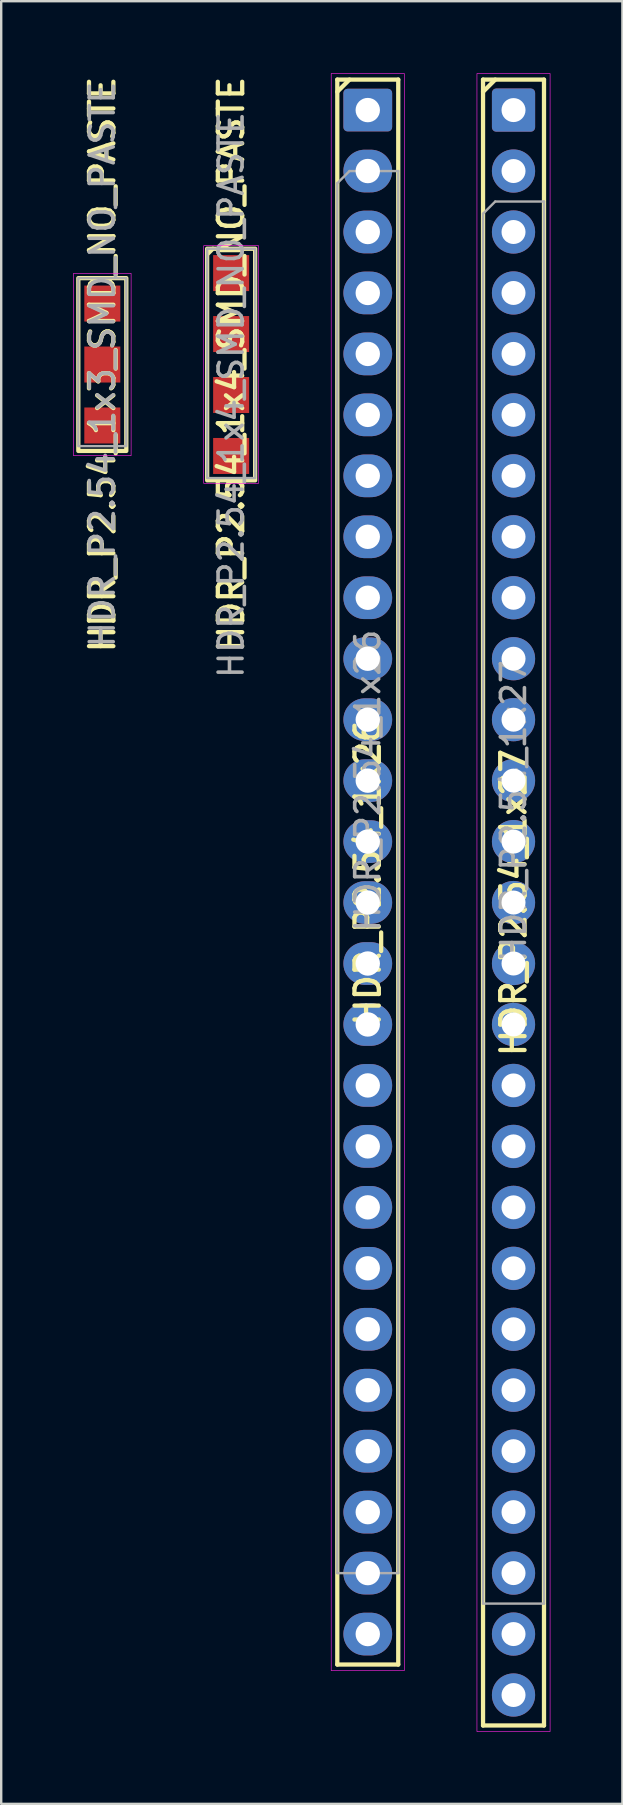
<source format=kicad_pcb>
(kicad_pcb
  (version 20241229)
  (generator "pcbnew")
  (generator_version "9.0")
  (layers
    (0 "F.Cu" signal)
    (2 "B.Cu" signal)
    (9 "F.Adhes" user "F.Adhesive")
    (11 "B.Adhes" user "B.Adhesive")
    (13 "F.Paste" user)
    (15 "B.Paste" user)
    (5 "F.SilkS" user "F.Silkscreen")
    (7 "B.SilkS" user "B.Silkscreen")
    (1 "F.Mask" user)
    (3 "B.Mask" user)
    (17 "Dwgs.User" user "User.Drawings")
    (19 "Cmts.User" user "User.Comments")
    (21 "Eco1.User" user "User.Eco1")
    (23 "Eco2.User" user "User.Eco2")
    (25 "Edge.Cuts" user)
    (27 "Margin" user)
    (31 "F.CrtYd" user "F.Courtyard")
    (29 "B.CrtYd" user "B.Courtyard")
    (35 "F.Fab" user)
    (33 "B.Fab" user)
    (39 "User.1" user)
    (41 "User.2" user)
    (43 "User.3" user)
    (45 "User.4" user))
  (footprint "HDR_P2.54_1x4_SMD_NO_PASTE"
    (layer "F.Cu")
    (at 6.581 12.139)
    (property "Reference" "HDR_P2.54_1x4_SMD_NO_PASTE" (at 0 0 90) (layer "F.SilkS") (effects (font (size 1.016 1.016) (thickness 0.178))))
    (attr smd)
    (fp_line (start -0.962 -4.626) (end -0.762 -4.826) (stroke (width 0.178) (type solid)) (layer "F.SilkS"))
    (fp_rect (start -1 -4.826) (end 1 4.826) (stroke (width 0.178) (type solid)) (fill no) (layer "F.SilkS"))
    (fp_rect (start -1.143 -4.953) (end 1.143 4.953) (stroke (width 0.025) (type solid)) (fill no) (layer "F.CrtYd"))
    (fp_rect (start -1 4.73) (end 1 -4.826) (stroke (width 0.1) (type solid)) (fill no) (layer "F.Fab"))
    (fp_text user "${REFERENCE}" (at 0 1.27 90) (layer "F.Fab") (effects (font (size 1 1) (thickness 0.15))))
    (pad "1" smd rect (at 0 -3.81) (size 1.5 1.5) (layers "F.Cu" "F.Mask"))
    (pad "2" smd rect (at 0 -1.27) (size 1.5 1.5) (layers "F.Cu" "F.Mask"))
    (pad "3" smd rect (at 0 1.27) (size 1.5 1.5) (layers "F.Cu" "F.Mask"))
    (pad "4" smd rect (at 0 3.81) (size 1.5 1.5) (layers "F.Cu" "F.Mask")))
  (footprint "HDR_P2.54_1x27"
    (layer "F.Cu")
    (at 18.347 34.557)
    (property "Reference" "HDR_P2.54_1x27" (at 0 0 90) (layer "F.SilkS") (effects (font (size 1.016 1.016) (thickness 0.178))))
    (attr through_hole)
    (fp_line (start -1.27 -34.29) (end -1.27 34.29) (stroke (width 0.178) (type solid)) (layer "F.SilkS"))
    (fp_line (start -1.27 -34.29) (end 1.27 -34.29) (stroke (width 0.178) (type solid)) (layer "F.SilkS"))
    (fp_line (start -1.27 -33.782) (end -0.762 -34.29) (stroke (width 0.178) (type solid)) (layer "F.SilkS"))
    (fp_line (start -1.27 34.29) (end 1.27 34.29) (stroke (width 0.178) (type solid)) (layer "F.SilkS"))
    (fp_line (start 1.27 -34.29) (end 1.27 34.29) (stroke (width 0.178) (type solid)) (layer "F.SilkS"))
    (fp_rect (start -1.524 -34.544) (end 1.524 34.544) (stroke (width 0.025) (type solid)) (fill no) (layer "F.CrtYd"))
    (fp_line (start -1.27 -28.702) (end -0.762 -29.21) (stroke (width 0.1) (type solid)) (layer "F.Fab"))
    (fp_line (start -1.27 29.21) (end -1.27 -28.702) (stroke (width 0.1) (type solid)) (layer "F.Fab"))
    (fp_line (start -0.762 -29.21) (end 1.27 -29.21) (stroke (width 0.1) (type solid)) (layer "F.Fab"))
    (fp_line (start 1.27 -29.21) (end 1.27 29.21) (stroke (width 0.1) (type solid)) (layer "F.Fab"))
    (fp_line (start 1.27 29.21) (end -1.27 29.21) (stroke (width 0.1) (type solid)) (layer "F.Fab"))
    (fp_text user "${REFERENCE}" (at 0 -3.81 90) (layer "F.Fab") (effects (font (size 1 1) (thickness 0.15))))
    (pad "1" thru_hole roundrect (at 0 -33.02) (size 1.8 1.8) (drill 1) (layers "*.Cu" "*.Mask") (roundrect_rratio 0.1))
    (pad "2" thru_hole circle (at 0 -30.48) (size 1.8 1.8) (drill 1) (layers "*.Cu" "*.Mask"))
    (pad "3" thru_hole circle (at 0 -27.94) (size 1.8 1.8) (drill 1) (layers "*.Cu" "*.Mask"))
    (pad "4" thru_hole circle (at 0 -25.4) (size 1.8 1.8) (drill 1) (layers "*.Cu" "*.Mask"))
    (pad "5" thru_hole circle (at 0 -22.86) (size 1.8 1.8) (drill 1) (layers "*.Cu" "*.Mask"))
    (pad "6" thru_hole circle (at 0 -20.32) (size 1.8 1.8) (drill 1) (layers "*.Cu" "*.Mask"))
    (pad "7" thru_hole circle (at 0 -17.78) (size 1.8 1.8) (drill 1) (layers "*.Cu" "*.Mask"))
    (pad "8" thru_hole circle (at 0 -15.24) (size 1.8 1.8) (drill 1) (layers "*.Cu" "*.Mask"))
    (pad "9" thru_hole circle (at 0 -12.7) (size 1.8 1.8) (drill 1) (layers "*.Cu" "*.Mask"))
    (pad "10" thru_hole circle (at 0 -10.16) (size 1.8 1.8) (drill 1) (layers "*.Cu" "*.Mask"))
    (pad "11" thru_hole circle (at 0 -7.62) (size 1.8 1.8) (drill 1) (layers "*.Cu" "*.Mask"))
    (pad "12" thru_hole circle (at 0 -5.08) (size 1.8 1.8) (drill 1) (layers "*.Cu" "*.Mask"))
    (pad "13" thru_hole circle (at 0 -2.54) (size 1.8 1.8) (drill 1) (layers "*.Cu" "*.Mask"))
    (pad "14" thru_hole circle (at 0 0) (size 1.8 1.8) (drill 1) (layers "*.Cu" "*.Mask"))
    (pad "15" thru_hole circle (at 0 2.54) (size 1.8 1.8) (drill 1) (layers "*.Cu" "*.Mask"))
    (pad "16" thru_hole circle (at 0 5.08) (size 1.8 1.8) (drill 1) (layers "*.Cu" "*.Mask"))
    (pad "17" thru_hole circle (at 0 7.62) (size 1.8 1.8) (drill 1) (layers "*.Cu" "*.Mask"))
    (pad "18" thru_hole circle (at 0 10.16) (size 1.8 1.8) (drill 1) (layers "*.Cu" "*.Mask"))
    (pad "19" thru_hole circle (at 0 12.7) (size 1.8 1.8) (drill 1) (layers "*.Cu" "*.Mask"))
    (pad "20" thru_hole circle (at 0 15.24) (size 1.8 1.8) (drill 1) (layers "*.Cu" "*.Mask"))
    (pad "21" thru_hole circle (at 0 17.78) (size 1.8 1.8) (drill 1) (layers "*.Cu" "*.Mask"))
    (pad "22" thru_hole circle (at 0 20.32) (size 1.8 1.8) (drill 1) (layers "*.Cu" "*.Mask"))
    (pad "23" thru_hole circle (at 0 22.86) (size 1.8 1.8) (drill 1) (layers "*.Cu" "*.Mask"))
    (pad "24" thru_hole circle (at 0 25.4) (size 1.8 1.8) (drill 1) (layers "*.Cu" "*.Mask"))
    (pad "25" thru_hole circle (at 0 27.94) (size 1.8 1.8) (drill 1) (layers "*.Cu" "*.Mask"))
    (pad "26" thru_hole circle (at 0 30.48) (size 1.8 1.8) (drill 1) (layers "*.Cu" "*.Mask"))
    (pad "27" thru_hole circle (at 0 33.02) (size 1.8 1.8) (drill 1) (layers "*.Cu" "*.Mask")))
  (footprint "HDR_P2.54_1x26"
    (layer "F.Cu")
    (at 12.274 33.287)
    (property "Reference" "HDR_P2.54_1x26" (at 0 0 90) (layer "F.SilkS") (effects (font (size 1.016 1.016) (thickness 0.178))))
    (attr through_hole)
    (fp_line (start -1.27 -33.02) (end -1.27 33.02) (stroke (width 0.178) (type solid)) (layer "F.SilkS"))
    (fp_line (start -1.27 -33.02) (end 1.27 -33.02) (stroke (width 0.178) (type solid)) (layer "F.SilkS"))
    (fp_line (start -1.27 -32.512) (end -0.762 -33.02) (stroke (width 0.178) (type solid)) (layer "F.SilkS"))
    (fp_line (start -1.27 33.02) (end 1.27 33.02) (stroke (width 0.178) (type solid)) (layer "F.SilkS"))
    (fp_line (start 1.27 -33.02) (end 1.27 33.02) (stroke (width 0.178) (type solid)) (layer "F.SilkS"))
    (fp_rect (start -1.524 -33.274) (end 1.524 33.274) (stroke (width 0.025) (type solid)) (fill no) (layer "F.CrtYd"))
    (fp_line (start -1.27 -28.702) (end -0.762 -29.21) (stroke (width 0.1) (type solid)) (layer "F.Fab"))
    (fp_line (start -1.27 29.21) (end -1.27 -28.702) (stroke (width 0.1) (type solid)) (layer "F.Fab"))
    (fp_line (start -0.762 -29.21) (end 1.27 -29.21) (stroke (width 0.1) (type solid)) (layer "F.Fab"))
    (fp_line (start 1.27 -29.21) (end 1.27 29.21) (stroke (width 0.1) (type solid)) (layer "F.Fab"))
    (fp_line (start 1.27 29.21) (end -1.27 29.21) (stroke (width 0.1) (type solid)) (layer "F.Fab"))
    (fp_text user "${REFERENCE}" (at 0 -3.81 90) (layer "F.Fab") (effects (font (size 1 1) (thickness 0.15))))
    (pad "1" thru_hole roundrect (at 0 -31.75) (size 2.032 1.778) (drill 1.016) (layers "*.Cu" "*.Mask") (roundrect_rratio 0.1))
    (pad "2" thru_hole oval (at 0 -29.21) (size 2.032 1.778) (drill 1.016) (layers "*.Cu" "*.Mask"))
    (pad "3" thru_hole oval (at 0 -26.67) (size 2.032 1.778) (drill 1.016) (layers "*.Cu" "*.Mask"))
    (pad "4" thru_hole oval (at 0 -24.13) (size 2.032 1.778) (drill 1.016) (layers "*.Cu" "*.Mask"))
    (pad "5" thru_hole oval (at 0 -21.59) (size 2.032 1.778) (drill 1.016) (layers "*.Cu" "*.Mask"))
    (pad "6" thru_hole oval (at 0 -19.05) (size 2.032 1.778) (drill 1.016) (layers "*.Cu" "*.Mask"))
    (pad "7" thru_hole oval (at 0 -16.51) (size 2.032 1.778) (drill 1.016) (layers "*.Cu" "*.Mask"))
    (pad "8" thru_hole oval (at 0 -13.97) (size 2.032 1.778) (drill 1.016) (layers "*.Cu" "*.Mask"))
    (pad "9" thru_hole oval (at 0 -11.43) (size 2.032 1.778) (drill 1.016) (layers "*.Cu" "*.Mask"))
    (pad "10" thru_hole oval (at 0 -8.89) (size 2.032 1.778) (drill 1.016) (layers "*.Cu" "*.Mask"))
    (pad "11" thru_hole oval (at 0 -6.35) (size 2.032 1.778) (drill 1.016) (layers "*.Cu" "*.Mask"))
    (pad "12" thru_hole oval (at 0 -3.81) (size 2.032 1.778) (drill 1.016) (layers "*.Cu" "*.Mask"))
    (pad "13" thru_hole oval (at 0 -1.27) (size 2.032 1.778) (drill 1.016) (layers "*.Cu" "*.Mask"))
    (pad "14" thru_hole oval (at 0 1.27) (size 2.032 1.778) (drill 1.016) (layers "*.Cu" "*.Mask"))
    (pad "15" thru_hole oval (at 0 3.81) (size 2.032 1.778) (drill 1.016) (layers "*.Cu" "*.Mask"))
    (pad "16" thru_hole oval (at 0 6.35) (size 2.032 1.778) (drill 1.016) (layers "*.Cu" "*.Mask"))
    (pad "17" thru_hole oval (at 0 8.89) (size 2.032 1.778) (drill 1.016) (layers "*.Cu" "*.Mask"))
    (pad "18" thru_hole oval (at 0 11.43) (size 2.032 1.778) (drill 1.016) (layers "*.Cu" "*.Mask"))
    (pad "19" thru_hole oval (at 0 13.97) (size 2.032 1.778) (drill 1.016) (layers "*.Cu" "*.Mask"))
    (pad "20" thru_hole oval (at 0 16.51) (size 2.032 1.778) (drill 1.016) (layers "*.Cu" "*.Mask"))
    (pad "21" thru_hole oval (at 0 19.05) (size 2.032 1.778) (drill 1.016) (layers "*.Cu" "*.Mask"))
    (pad "22" thru_hole oval (at 0 21.59) (size 2.032 1.778) (drill 1.016) (layers "*.Cu" "*.Mask"))
    (pad "23" thru_hole oval (at 0 24.13) (size 2.032 1.778) (drill 1.016) (layers "*.Cu" "*.Mask"))
    (pad "24" thru_hole oval (at 0 26.67) (size 2.032 1.778) (drill 1.016) (layers "*.Cu" "*.Mask"))
    (pad "25" thru_hole oval (at 0 29.21) (size 2.032 1.778) (drill 1.016) (layers "*.Cu" "*.Mask"))
    (pad "26" thru_hole oval (at 0 31.75) (size 2.032 1.778) (drill 1.016) (layers "*.Cu" "*.Mask")))
  (footprint "HDR_P2.54_1x3_SMD_NO_PASTE"
    (layer "F.Cu")
    (at 1.213 12.139)
    (property "Reference" "HDR_P2.54_1x3_SMD_NO_PASTE" (at 0 0 90) (layer "F.SilkS") (effects (font (size 1.016 1.016) (thickness 0.178))))
    (attr smd)
    (fp_rect (start -1 -3.6) (end 1 3.6) (stroke (width 0.178) (type solid)) (fill no) (layer "F.SilkS"))
    (fp_rect (start -1.2 -3.8) (end 1.2 3.8) (stroke (width 0.025) (type solid)) (fill no) (layer "F.CrtYd"))
    (fp_rect (start -1 3.4) (end 1 -3.6) (stroke (width 0.1) (type solid)) (fill no) (layer "F.Fab"))
    (fp_text user "${REFERENCE}" (at 0 0 90) (layer "F.Fab") (effects (font (size 1 1) (thickness 0.15))))
    (pad "1" smd rect (at 0 -2.54) (size 1.5 1.5) (layers "F.Cu" "F.Mask"))
    (pad "2" smd rect (at 0 0) (size 1.5 1.5) (layers "F.Cu" "F.Mask"))
    (pad "3" smd rect (at 0 2.54) (size 1.5 1.5) (layers "F.Cu" "F.Mask")))
  (gr_rect
    (start -3 -3)
    (end 22.884 72.113)
    (stroke (width 0.1) (type default))
    (fill no)
    (layer "Edge.Cuts")))
</source>
